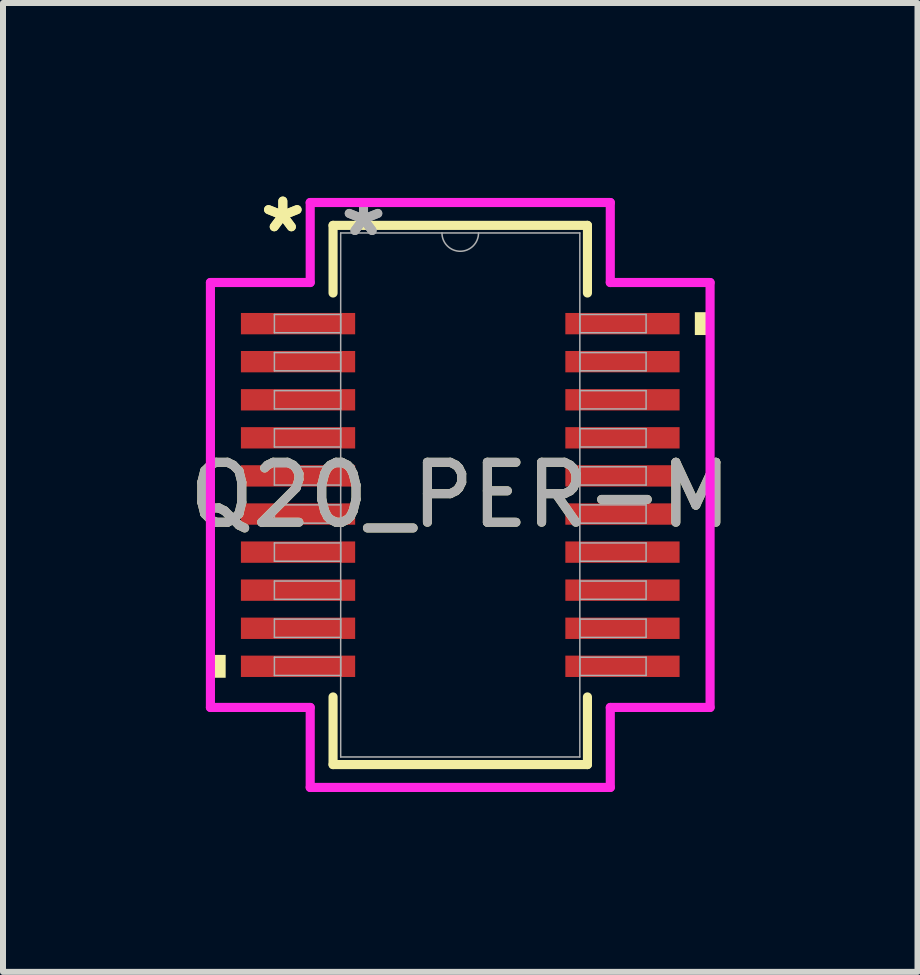
<source format=kicad_pcb>
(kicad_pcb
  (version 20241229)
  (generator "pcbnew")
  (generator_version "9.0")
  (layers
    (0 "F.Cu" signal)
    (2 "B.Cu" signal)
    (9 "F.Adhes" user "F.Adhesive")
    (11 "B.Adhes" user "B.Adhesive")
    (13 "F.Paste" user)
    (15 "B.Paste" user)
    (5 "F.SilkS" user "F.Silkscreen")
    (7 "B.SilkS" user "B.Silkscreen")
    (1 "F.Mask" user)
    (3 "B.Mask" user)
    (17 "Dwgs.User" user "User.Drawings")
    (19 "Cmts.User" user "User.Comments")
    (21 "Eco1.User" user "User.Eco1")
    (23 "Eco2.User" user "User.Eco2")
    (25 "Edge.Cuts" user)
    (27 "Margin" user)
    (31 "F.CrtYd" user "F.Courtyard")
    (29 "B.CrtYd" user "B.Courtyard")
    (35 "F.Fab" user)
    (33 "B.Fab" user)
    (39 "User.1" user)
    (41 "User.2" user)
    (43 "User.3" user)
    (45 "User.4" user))
  (footprint "Q20_PER-M"
    (layer "F.Cu")
    (at 4.625 5.204)
    (property "Reference" "Q20_PER-M" (at 0 0 0) (unlocked yes) (layer "F.SilkS") (effects (font (size 1 1) (thickness 0.15))))
    (attr smd)
    (fp_line (start -2.121 -4.496) (end -2.121 -3.368) (stroke (width 0.152) (type solid)) (layer "F.SilkS"))
    (fp_line (start -2.121 3.368) (end -2.121 4.496) (stroke (width 0.152) (type solid)) (layer "F.SilkS"))
    (fp_line (start -2.121 4.496) (end 2.121 4.496) (stroke (width 0.152) (type solid)) (layer "F.SilkS"))
    (fp_line (start 2.121 -4.496) (end -2.121 -4.496) (stroke (width 0.152) (type solid)) (layer "F.SilkS"))
    (fp_line (start 2.121 -3.368) (end 2.121 -4.496) (stroke (width 0.152) (type solid)) (layer "F.SilkS"))
    (fp_line (start 2.121 4.496) (end 2.121 3.368) (stroke (width 0.152) (type solid)) (layer "F.SilkS"))
    (fp_poly (pts (xy -4.166 2.667) (xy -4.166 3.048) (xy -3.912 3.048) (xy -3.912 2.667)) (stroke (width 0) (type solid)) (fill yes) (layer "F.SilkS"))
    (fp_poly (pts (xy 4.166 -3.048) (xy 4.166 -2.667) (xy 3.912 -2.667) (xy 3.912 -3.048)) (stroke (width 0) (type solid)) (fill yes) (layer "F.SilkS"))
    (fp_line (start -4.166 -3.543) (end -2.502 -3.543) (stroke (width 0.152) (type solid)) (layer "F.CrtYd"))
    (fp_line (start -4.166 3.543) (end -4.166 -3.543) (stroke (width 0.152) (type solid)) (layer "F.CrtYd"))
    (fp_line (start -4.166 3.543) (end -2.502 3.543) (stroke (width 0.152) (type solid)) (layer "F.CrtYd"))
    (fp_line (start -2.502 -4.877) (end 2.502 -4.877) (stroke (width 0.152) (type solid)) (layer "F.CrtYd"))
    (fp_line (start -2.502 -3.543) (end -2.502 -4.877) (stroke (width 0.152) (type solid)) (layer "F.CrtYd"))
    (fp_line (start -2.502 4.877) (end -2.502 3.543) (stroke (width 0.152) (type solid)) (layer "F.CrtYd"))
    (fp_line (start 2.502 -4.877) (end 2.502 -3.543) (stroke (width 0.152) (type solid)) (layer "F.CrtYd"))
    (fp_line (start 2.502 3.543) (end 2.502 4.877) (stroke (width 0.152) (type solid)) (layer "F.CrtYd"))
    (fp_line (start 2.502 4.877) (end -2.502 4.877) (stroke (width 0.152) (type solid)) (layer "F.CrtYd"))
    (fp_line (start 4.166 -3.543) (end 2.502 -3.543) (stroke (width 0.152) (type solid)) (layer "F.CrtYd"))
    (fp_line (start 4.166 -3.543) (end 4.166 3.543) (stroke (width 0.152) (type solid)) (layer "F.CrtYd"))
    (fp_line (start 4.166 3.543) (end 2.502 3.543) (stroke (width 0.152) (type solid)) (layer "F.CrtYd"))
    (fp_line (start -3.099 -3.01) (end -3.099 -2.705) (stroke (width 0.025) (type solid)) (layer "F.Fab"))
    (fp_line (start -3.099 -2.705) (end -1.994 -2.705) (stroke (width 0.025) (type solid)) (layer "F.Fab"))
    (fp_line (start -3.099 -2.375) (end -3.099 -2.07) (stroke (width 0.025) (type solid)) (layer "F.Fab"))
    (fp_line (start -3.099 -2.07) (end -1.994 -2.07) (stroke (width 0.025) (type solid)) (layer "F.Fab"))
    (fp_line (start -3.099 -1.74) (end -3.099 -1.435) (stroke (width 0.025) (type solid)) (layer "F.Fab"))
    (fp_line (start -3.099 -1.435) (end -1.994 -1.435) (stroke (width 0.025) (type solid)) (layer "F.Fab"))
    (fp_line (start -3.099 -1.105) (end -3.099 -0.8) (stroke (width 0.025) (type solid)) (layer "F.Fab"))
    (fp_line (start -3.099 -0.8) (end -1.994 -0.8) (stroke (width 0.025) (type solid)) (layer "F.Fab"))
    (fp_line (start -3.099 -0.47) (end -3.099 -0.165) (stroke (width 0.025) (type solid)) (layer "F.Fab"))
    (fp_line (start -3.099 -0.165) (end -1.994 -0.165) (stroke (width 0.025) (type solid)) (layer "F.Fab"))
    (fp_line (start -3.099 0.165) (end -3.099 0.47) (stroke (width 0.025) (type solid)) (layer "F.Fab"))
    (fp_line (start -3.099 0.47) (end -1.994 0.47) (stroke (width 0.025) (type solid)) (layer "F.Fab"))
    (fp_line (start -3.099 0.8) (end -3.099 1.105) (stroke (width 0.025) (type solid)) (layer "F.Fab"))
    (fp_line (start -3.099 1.105) (end -1.994 1.105) (stroke (width 0.025) (type solid)) (layer "F.Fab"))
    (fp_line (start -3.099 1.435) (end -3.099 1.74) (stroke (width 0.025) (type solid)) (layer "F.Fab"))
    (fp_line (start -3.099 1.74) (end -1.994 1.74) (stroke (width 0.025) (type solid)) (layer "F.Fab"))
    (fp_line (start -3.099 2.07) (end -3.099 2.375) (stroke (width 0.025) (type solid)) (layer "F.Fab"))
    (fp_line (start -3.099 2.375) (end -1.994 2.375) (stroke (width 0.025) (type solid)) (layer "F.Fab"))
    (fp_line (start -3.099 2.705) (end -3.099 3.01) (stroke (width 0.025) (type solid)) (layer "F.Fab"))
    (fp_line (start -3.099 3.01) (end -1.994 3.01) (stroke (width 0.025) (type solid)) (layer "F.Fab"))
    (fp_line (start -1.994 -4.369) (end -1.994 4.369) (stroke (width 0.025) (type solid)) (layer "F.Fab"))
    (fp_line (start -1.994 -3.01) (end -3.099 -3.01) (stroke (width 0.025) (type solid)) (layer "F.Fab"))
    (fp_line (start -1.994 -2.705) (end -1.994 -3.01) (stroke (width 0.025) (type solid)) (layer "F.Fab"))
    (fp_line (start -1.994 -2.375) (end -3.099 -2.375) (stroke (width 0.025) (type solid)) (layer "F.Fab"))
    (fp_line (start -1.994 -2.07) (end -1.994 -2.375) (stroke (width 0.025) (type solid)) (layer "F.Fab"))
    (fp_line (start -1.994 -1.74) (end -3.099 -1.74) (stroke (width 0.025) (type solid)) (layer "F.Fab"))
    (fp_line (start -1.994 -1.435) (end -1.994 -1.74) (stroke (width 0.025) (type solid)) (layer "F.Fab"))
    (fp_line (start -1.994 -1.105) (end -3.099 -1.105) (stroke (width 0.025) (type solid)) (layer "F.Fab"))
    (fp_line (start -1.994 -0.8) (end -1.994 -1.105) (stroke (width 0.025) (type solid)) (layer "F.Fab"))
    (fp_line (start -1.994 -0.47) (end -3.099 -0.47) (stroke (width 0.025) (type solid)) (layer "F.Fab"))
    (fp_line (start -1.994 -0.165) (end -1.994 -0.47) (stroke (width 0.025) (type solid)) (layer "F.Fab"))
    (fp_line (start -1.994 0.165) (end -3.099 0.165) (stroke (width 0.025) (type solid)) (layer "F.Fab"))
    (fp_line (start -1.994 0.47) (end -1.994 0.165) (stroke (width 0.025) (type solid)) (layer "F.Fab"))
    (fp_line (start -1.994 0.8) (end -3.099 0.8) (stroke (width 0.025) (type solid)) (layer "F.Fab"))
    (fp_line (start -1.994 1.105) (end -1.994 0.8) (stroke (width 0.025) (type solid)) (layer "F.Fab"))
    (fp_line (start -1.994 1.435) (end -3.099 1.435) (stroke (width 0.025) (type solid)) (layer "F.Fab"))
    (fp_line (start -1.994 1.74) (end -1.994 1.435) (stroke (width 0.025) (type solid)) (layer "F.Fab"))
    (fp_line (start -1.994 2.07) (end -3.099 2.07) (stroke (width 0.025) (type solid)) (layer "F.Fab"))
    (fp_line (start -1.994 2.375) (end -1.994 2.07) (stroke (width 0.025) (type solid)) (layer "F.Fab"))
    (fp_line (start -1.994 2.705) (end -3.099 2.705) (stroke (width 0.025) (type solid)) (layer "F.Fab"))
    (fp_line (start -1.994 3.01) (end -1.994 2.705) (stroke (width 0.025) (type solid)) (layer "F.Fab"))
    (fp_line (start -1.994 4.369) (end 1.994 4.369) (stroke (width 0.025) (type solid)) (layer "F.Fab"))
    (fp_line (start 1.994 -4.369) (end -1.994 -4.369) (stroke (width 0.025) (type solid)) (layer "F.Fab"))
    (fp_line (start 1.994 -3.01) (end 1.994 -2.705) (stroke (width 0.025) (type solid)) (layer "F.Fab"))
    (fp_line (start 1.994 -2.705) (end 3.099 -2.705) (stroke (width 0.025) (type solid)) (layer "F.Fab"))
    (fp_line (start 1.994 -2.375) (end 1.994 -2.07) (stroke (width 0.025) (type solid)) (layer "F.Fab"))
    (fp_line (start 1.994 -2.07) (end 3.099 -2.07) (stroke (width 0.025) (type solid)) (layer "F.Fab"))
    (fp_line (start 1.994 -1.74) (end 1.994 -1.435) (stroke (width 0.025) (type solid)) (layer "F.Fab"))
    (fp_line (start 1.994 -1.435) (end 3.099 -1.435) (stroke (width 0.025) (type solid)) (layer "F.Fab"))
    (fp_line (start 1.994 -1.105) (end 1.994 -0.8) (stroke (width 0.025) (type solid)) (layer "F.Fab"))
    (fp_line (start 1.994 -0.8) (end 3.099 -0.8) (stroke (width 0.025) (type solid)) (layer "F.Fab"))
    (fp_line (start 1.994 -0.47) (end 1.994 -0.165) (stroke (width 0.025) (type solid)) (layer "F.Fab"))
    (fp_line (start 1.994 -0.165) (end 3.099 -0.165) (stroke (width 0.025) (type solid)) (layer "F.Fab"))
    (fp_line (start 1.994 0.165) (end 1.994 0.47) (stroke (width 0.025) (type solid)) (layer "F.Fab"))
    (fp_line (start 1.994 0.47) (end 3.099 0.47) (stroke (width 0.025) (type solid)) (layer "F.Fab"))
    (fp_line (start 1.994 0.8) (end 1.994 1.105) (stroke (width 0.025) (type solid)) (layer "F.Fab"))
    (fp_line (start 1.994 1.105) (end 3.099 1.105) (stroke (width 0.025) (type solid)) (layer "F.Fab"))
    (fp_line (start 1.994 1.435) (end 1.994 1.74) (stroke (width 0.025) (type solid)) (layer "F.Fab"))
    (fp_line (start 1.994 1.74) (end 3.099 1.74) (stroke (width 0.025) (type solid)) (layer "F.Fab"))
    (fp_line (start 1.994 2.07) (end 1.994 2.375) (stroke (width 0.025) (type solid)) (layer "F.Fab"))
    (fp_line (start 1.994 2.375) (end 3.099 2.375) (stroke (width 0.025) (type solid)) (layer "F.Fab"))
    (fp_line (start 1.994 2.705) (end 1.994 3.01) (stroke (width 0.025) (type solid)) (layer "F.Fab"))
    (fp_line (start 1.994 3.01) (end 3.099 3.01) (stroke (width 0.025) (type solid)) (layer "F.Fab"))
    (fp_line (start 1.994 4.369) (end 1.994 -4.369) (stroke (width 0.025) (type solid)) (layer "F.Fab"))
    (fp_line (start 3.099 -3.01) (end 1.994 -3.01) (stroke (width 0.025) (type solid)) (layer "F.Fab"))
    (fp_line (start 3.099 -2.705) (end 3.099 -3.01) (stroke (width 0.025) (type solid)) (layer "F.Fab"))
    (fp_line (start 3.099 -2.375) (end 1.994 -2.375) (stroke (width 0.025) (type solid)) (layer "F.Fab"))
    (fp_line (start 3.099 -2.07) (end 3.099 -2.375) (stroke (width 0.025) (type solid)) (layer "F.Fab"))
    (fp_line (start 3.099 -1.74) (end 1.994 -1.74) (stroke (width 0.025) (type solid)) (layer "F.Fab"))
    (fp_line (start 3.099 -1.435) (end 3.099 -1.74) (stroke (width 0.025) (type solid)) (layer "F.Fab"))
    (fp_line (start 3.099 -1.105) (end 1.994 -1.105) (stroke (width 0.025) (type solid)) (layer "F.Fab"))
    (fp_line (start 3.099 -0.8) (end 3.099 -1.105) (stroke (width 0.025) (type solid)) (layer "F.Fab"))
    (fp_line (start 3.099 -0.47) (end 1.994 -0.47) (stroke (width 0.025) (type solid)) (layer "F.Fab"))
    (fp_line (start 3.099 -0.165) (end 3.099 -0.47) (stroke (width 0.025) (type solid)) (layer "F.Fab"))
    (fp_line (start 3.099 0.165) (end 1.994 0.165) (stroke (width 0.025) (type solid)) (layer "F.Fab"))
    (fp_line (start 3.099 0.47) (end 3.099 0.165) (stroke (width 0.025) (type solid)) (layer "F.Fab"))
    (fp_line (start 3.099 0.8) (end 1.994 0.8) (stroke (width 0.025) (type solid)) (layer "F.Fab"))
    (fp_line (start 3.099 1.105) (end 3.099 0.8) (stroke (width 0.025) (type solid)) (layer "F.Fab"))
    (fp_line (start 3.099 1.435) (end 1.994 1.435) (stroke (width 0.025) (type solid)) (layer "F.Fab"))
    (fp_line (start 3.099 1.74) (end 3.099 1.435) (stroke (width 0.025) (type solid)) (layer "F.Fab"))
    (fp_line (start 3.099 2.07) (end 1.994 2.07) (stroke (width 0.025) (type solid)) (layer "F.Fab"))
    (fp_line (start 3.099 2.375) (end 3.099 2.07) (stroke (width 0.025) (type solid)) (layer "F.Fab"))
    (fp_line (start 3.099 2.705) (end 1.994 2.705) (stroke (width 0.025) (type solid)) (layer "F.Fab"))
    (fp_line (start 3.099 3.01) (end 3.099 2.705) (stroke (width 0.025) (type solid)) (layer "F.Fab"))
    (fp_arc (start 0.3048 -4.3688) (mid 0 -4.064) (end -0.3048 -4.3688) (stroke (width 0.0254) (type solid)) (layer "F.Fab"))
    (fp_text user "*" (at -2.959 -4.356 0) (layer "F.SilkS") (effects (font (size 1 1) (thickness 0.15))))
    (fp_text user "*" (at -2.959 -4.356 0) (unlocked yes) (layer "F.SilkS") (effects (font (size 1 1) (thickness 0.15))))
    (fp_text user "*" (at -1.613 -4.293 0) (unlocked yes) (layer "F.Fab") (effects (font (size 1 1) (thickness 0.15))))
    (fp_text user "*" (at -1.613 -4.293 0) (layer "F.Fab") (effects (font (size 1 1) (thickness 0.15))))
    (fp_text user "${REFERENCE}" (at 0 0 0) (unlocked yes) (layer "F.Fab") (effects (font (size 1 1) (thickness 0.15))))
    (pad "1" smd rect (at -2.705 -2.857) (size 1.905 0.356) (layers "F.Cu" "F.Mask" "F.Paste"))
    (pad "2" smd rect (at -2.705 -2.223) (size 1.905 0.356) (layers "F.Cu" "F.Mask" "F.Paste"))
    (pad "3" smd rect (at -2.705 -1.587) (size 1.905 0.356) (layers "F.Cu" "F.Mask" "F.Paste"))
    (pad "4" smd rect (at -2.705 -0.953) (size 1.905 0.356) (layers "F.Cu" "F.Mask" "F.Paste"))
    (pad "5" smd rect (at -2.705 -0.318) (size 1.905 0.356) (layers "F.Cu" "F.Mask" "F.Paste"))
    (pad "6" smd rect (at -2.705 0.318) (size 1.905 0.356) (layers "F.Cu" "F.Mask" "F.Paste"))
    (pad "7" smd rect (at -2.705 0.953) (size 1.905 0.356) (layers "F.Cu" "F.Mask" "F.Paste"))
    (pad "8" smd rect (at -2.705 1.587) (size 1.905 0.356) (layers "F.Cu" "F.Mask" "F.Paste"))
    (pad "9" smd rect (at -2.705 2.223) (size 1.905 0.356) (layers "F.Cu" "F.Mask" "F.Paste"))
    (pad "10" smd rect (at -2.705 2.857) (size 1.905 0.356) (layers "F.Cu" "F.Mask" "F.Paste"))
    (pad "11" smd rect (at 2.705 2.857) (size 1.905 0.356) (layers "F.Cu" "F.Mask" "F.Paste"))
    (pad "12" smd rect (at 2.705 2.223) (size 1.905 0.356) (layers "F.Cu" "F.Mask" "F.Paste"))
    (pad "13" smd rect (at 2.705 1.587) (size 1.905 0.356) (layers "F.Cu" "F.Mask" "F.Paste"))
    (pad "14" smd rect (at 2.705 0.953) (size 1.905 0.356) (layers "F.Cu" "F.Mask" "F.Paste"))
    (pad "15" smd rect (at 2.705 0.318) (size 1.905 0.356) (layers "F.Cu" "F.Mask" "F.Paste"))
    (pad "16" smd rect (at 2.705 -0.318) (size 1.905 0.356) (layers "F.Cu" "F.Mask" "F.Paste"))
    (pad "17" smd rect (at 2.705 -0.953) (size 1.905 0.356) (layers "F.Cu" "F.Mask" "F.Paste"))
    (pad "18" smd rect (at 2.705 -1.587) (size 1.905 0.356) (layers "F.Cu" "F.Mask" "F.Paste"))
    (pad "19" smd rect (at 2.705 -2.223) (size 1.905 0.356) (layers "F.Cu" "F.Mask" "F.Paste"))
    (pad "20" smd rect (at 2.705 -2.857) (size 1.905 0.356) (layers "F.Cu" "F.Mask" "F.Paste")))
  (gr_rect
    (start -3 -3)
    (end 12.25 13.157)
    (stroke (width 0.1) (type default))
    (fill no)
    (layer "Edge.Cuts")))
</source>
